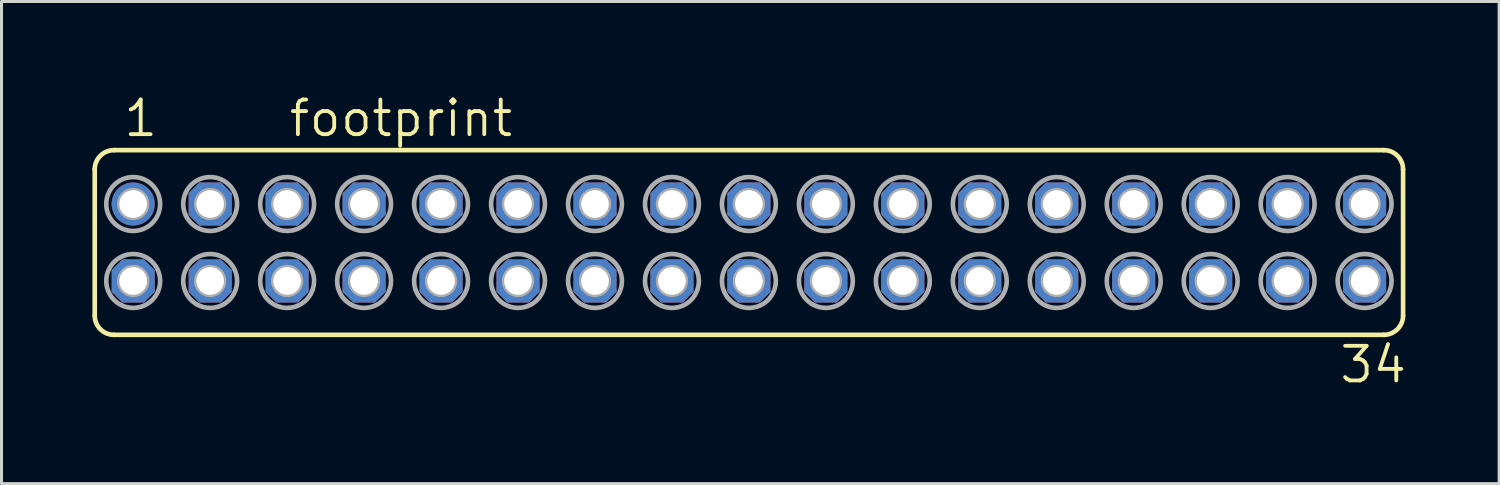
<source format=kicad_pcb>
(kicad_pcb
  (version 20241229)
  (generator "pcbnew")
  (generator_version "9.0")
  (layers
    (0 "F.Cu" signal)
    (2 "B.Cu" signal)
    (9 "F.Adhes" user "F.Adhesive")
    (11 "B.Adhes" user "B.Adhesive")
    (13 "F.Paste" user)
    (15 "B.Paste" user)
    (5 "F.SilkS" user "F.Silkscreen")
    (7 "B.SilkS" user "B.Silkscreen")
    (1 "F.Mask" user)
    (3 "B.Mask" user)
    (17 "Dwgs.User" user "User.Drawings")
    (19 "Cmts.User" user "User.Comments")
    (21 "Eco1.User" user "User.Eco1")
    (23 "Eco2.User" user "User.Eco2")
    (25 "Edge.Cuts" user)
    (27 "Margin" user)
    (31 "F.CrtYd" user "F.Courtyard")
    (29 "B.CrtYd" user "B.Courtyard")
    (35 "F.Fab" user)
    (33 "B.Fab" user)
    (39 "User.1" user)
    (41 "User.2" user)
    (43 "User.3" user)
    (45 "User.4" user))
  (footprint "footprint"
    (layer "F.Cu")
    (at 21.666 4.953)
    (property "Reference" "footprint" (at -15.24 -3.429 0) (layer "F.SilkS") (effects (font (size 1.143 1.143) (thickness 0.127)) (justify left bottom)))
    (fp_line (start -21.59 2.413) (end -21.59 -2.413) (stroke (width 0.152) (type solid)) (layer "F.SilkS"))
    (fp_line (start -20.955 -3.048) (end 20.955 -3.048) (stroke (width 0.152) (type solid)) (layer "F.SilkS"))
    (fp_line (start -20.955 3.048) (end 20.955 3.048) (stroke (width 0.152) (type solid)) (layer "F.SilkS"))
    (fp_line (start 21.59 2.413) (end 21.59 -2.413) (stroke (width 0.152) (type solid)) (layer "F.SilkS"))
    (fp_arc (start -21.59 -2.413) (mid -21.404013 -2.862013) (end -20.955 -3.048) (stroke (width 0.1524) (type solid)) (layer "F.SilkS"))
    (fp_arc (start -20.955 3.048) (mid -21.404013 2.862013) (end -21.59 2.413) (stroke (width 0.1524) (type solid)) (layer "F.SilkS"))
    (fp_arc (start 20.955 -3.048) (mid 21.404013 -2.862013) (end 21.59 -2.413) (stroke (width 0.1524) (type solid)) (layer "F.SilkS"))
    (fp_arc (start 21.59 2.413) (mid 21.404013 2.862013) (end 20.955 3.048) (stroke (width 0.1524) (type solid)) (layer "F.SilkS"))
    (fp_circle (center -20.32 -1.27) (end -20.193 -1.27) (stroke (width 0.406) (type solid)) (fill no) (layer "F.Fab"))
    (fp_circle (center -20.32 -1.27) (end -19.431 -1.27) (stroke (width 0.152) (type solid)) (fill no) (layer "F.Fab"))
    (fp_circle (center -20.32 1.27) (end -20.193 1.27) (stroke (width 0.406) (type solid)) (fill no) (layer "F.Fab"))
    (fp_circle (center -20.32 1.27) (end -19.431 1.27) (stroke (width 0.152) (type solid)) (fill no) (layer "F.Fab"))
    (fp_circle (center -17.78 -1.27) (end -17.653 -1.27) (stroke (width 0.406) (type solid)) (fill no) (layer "F.Fab"))
    (fp_circle (center -17.78 -1.27) (end -16.891 -1.27) (stroke (width 0.152) (type solid)) (fill no) (layer "F.Fab"))
    (fp_circle (center -17.78 1.27) (end -17.653 1.27) (stroke (width 0.406) (type solid)) (fill no) (layer "F.Fab"))
    (fp_circle (center -17.78 1.27) (end -16.891 1.27) (stroke (width 0.152) (type solid)) (fill no) (layer "F.Fab"))
    (fp_circle (center -15.24 -1.27) (end -15.113 -1.27) (stroke (width 0.406) (type solid)) (fill no) (layer "F.Fab"))
    (fp_circle (center -15.24 -1.27) (end -14.351 -1.27) (stroke (width 0.152) (type solid)) (fill no) (layer "F.Fab"))
    (fp_circle (center -15.24 1.27) (end -15.113 1.27) (stroke (width 0.406) (type solid)) (fill no) (layer "F.Fab"))
    (fp_circle (center -15.24 1.27) (end -14.351 1.27) (stroke (width 0.152) (type solid)) (fill no) (layer "F.Fab"))
    (fp_circle (center -12.7 -1.27) (end -12.573 -1.27) (stroke (width 0.406) (type solid)) (fill no) (layer "F.Fab"))
    (fp_circle (center -12.7 -1.27) (end -11.811 -1.27) (stroke (width 0.152) (type solid)) (fill no) (layer "F.Fab"))
    (fp_circle (center -12.7 1.27) (end -12.573 1.27) (stroke (width 0.406) (type solid)) (fill no) (layer "F.Fab"))
    (fp_circle (center -12.7 1.27) (end -11.811 1.27) (stroke (width 0.152) (type solid)) (fill no) (layer "F.Fab"))
    (fp_circle (center -10.16 -1.27) (end -10.033 -1.27) (stroke (width 0.406) (type solid)) (fill no) (layer "F.Fab"))
    (fp_circle (center -10.16 -1.27) (end -9.271 -1.27) (stroke (width 0.152) (type solid)) (fill no) (layer "F.Fab"))
    (fp_circle (center -10.16 1.27) (end -10.033 1.27) (stroke (width 0.406) (type solid)) (fill no) (layer "F.Fab"))
    (fp_circle (center -10.16 1.27) (end -9.271 1.27) (stroke (width 0.152) (type solid)) (fill no) (layer "F.Fab"))
    (fp_circle (center -7.62 -1.27) (end -7.493 -1.27) (stroke (width 0.406) (type solid)) (fill no) (layer "F.Fab"))
    (fp_circle (center -7.62 -1.27) (end -6.731 -1.27) (stroke (width 0.152) (type solid)) (fill no) (layer "F.Fab"))
    (fp_circle (center -7.62 1.27) (end -7.493 1.27) (stroke (width 0.406) (type solid)) (fill no) (layer "F.Fab"))
    (fp_circle (center -7.62 1.27) (end -6.731 1.27) (stroke (width 0.152) (type solid)) (fill no) (layer "F.Fab"))
    (fp_circle (center -5.08 -1.27) (end -4.953 -1.27) (stroke (width 0.406) (type solid)) (fill no) (layer "F.Fab"))
    (fp_circle (center -5.08 -1.27) (end -4.191 -1.27) (stroke (width 0.152) (type solid)) (fill no) (layer "F.Fab"))
    (fp_circle (center -5.08 1.27) (end -4.953 1.27) (stroke (width 0.406) (type solid)) (fill no) (layer "F.Fab"))
    (fp_circle (center -5.08 1.27) (end -4.191 1.27) (stroke (width 0.152) (type solid)) (fill no) (layer "F.Fab"))
    (fp_circle (center -2.54 -1.27) (end -2.413 -1.27) (stroke (width 0.406) (type solid)) (fill no) (layer "F.Fab"))
    (fp_circle (center -2.54 -1.27) (end -1.651 -1.27) (stroke (width 0.152) (type solid)) (fill no) (layer "F.Fab"))
    (fp_circle (center -2.54 1.27) (end -2.413 1.27) (stroke (width 0.406) (type solid)) (fill no) (layer "F.Fab"))
    (fp_circle (center -2.54 1.27) (end -1.651 1.27) (stroke (width 0.152) (type solid)) (fill no) (layer "F.Fab"))
    (fp_circle (center 0 -1.27) (end 0.127 -1.27) (stroke (width 0.406) (type solid)) (fill no) (layer "F.Fab"))
    (fp_circle (center 0 -1.27) (end 0.889 -1.27) (stroke (width 0.152) (type solid)) (fill no) (layer "F.Fab"))
    (fp_circle (center 0 1.27) (end 0.127 1.27) (stroke (width 0.406) (type solid)) (fill no) (layer "F.Fab"))
    (fp_circle (center 0 1.27) (end 0.889 1.27) (stroke (width 0.152) (type solid)) (fill no) (layer "F.Fab"))
    (fp_circle (center 2.54 -1.27) (end 2.667 -1.27) (stroke (width 0.406) (type solid)) (fill no) (layer "F.Fab"))
    (fp_circle (center 2.54 -1.27) (end 3.429 -1.27) (stroke (width 0.152) (type solid)) (fill no) (layer "F.Fab"))
    (fp_circle (center 2.54 1.27) (end 2.667 1.27) (stroke (width 0.406) (type solid)) (fill no) (layer "F.Fab"))
    (fp_circle (center 2.54 1.27) (end 3.429 1.27) (stroke (width 0.152) (type solid)) (fill no) (layer "F.Fab"))
    (fp_circle (center 5.08 -1.27) (end 5.207 -1.27) (stroke (width 0.406) (type solid)) (fill no) (layer "F.Fab"))
    (fp_circle (center 5.08 -1.27) (end 5.969 -1.27) (stroke (width 0.152) (type solid)) (fill no) (layer "F.Fab"))
    (fp_circle (center 5.08 1.27) (end 5.207 1.27) (stroke (width 0.406) (type solid)) (fill no) (layer "F.Fab"))
    (fp_circle (center 5.08 1.27) (end 5.969 1.27) (stroke (width 0.152) (type solid)) (fill no) (layer "F.Fab"))
    (fp_circle (center 7.62 -1.27) (end 7.747 -1.27) (stroke (width 0.406) (type solid)) (fill no) (layer "F.Fab"))
    (fp_circle (center 7.62 -1.27) (end 8.509 -1.27) (stroke (width 0.152) (type solid)) (fill no) (layer "F.Fab"))
    (fp_circle (center 7.62 1.27) (end 7.747 1.27) (stroke (width 0.406) (type solid)) (fill no) (layer "F.Fab"))
    (fp_circle (center 7.62 1.27) (end 8.509 1.27) (stroke (width 0.152) (type solid)) (fill no) (layer "F.Fab"))
    (fp_circle (center 10.16 -1.27) (end 10.287 -1.27) (stroke (width 0.406) (type solid)) (fill no) (layer "F.Fab"))
    (fp_circle (center 10.16 -1.27) (end 11.049 -1.27) (stroke (width 0.152) (type solid)) (fill no) (layer "F.Fab"))
    (fp_circle (center 10.16 1.27) (end 10.287 1.27) (stroke (width 0.406) (type solid)) (fill no) (layer "F.Fab"))
    (fp_circle (center 10.16 1.27) (end 11.049 1.27) (stroke (width 0.152) (type solid)) (fill no) (layer "F.Fab"))
    (fp_circle (center 12.7 -1.27) (end 12.827 -1.27) (stroke (width 0.406) (type solid)) (fill no) (layer "F.Fab"))
    (fp_circle (center 12.7 -1.27) (end 13.589 -1.27) (stroke (width 0.152) (type solid)) (fill no) (layer "F.Fab"))
    (fp_circle (center 12.7 1.27) (end 12.827 1.27) (stroke (width 0.406) (type solid)) (fill no) (layer "F.Fab"))
    (fp_circle (center 12.7 1.27) (end 13.589 1.27) (stroke (width 0.152) (type solid)) (fill no) (layer "F.Fab"))
    (fp_circle (center 15.24 -1.27) (end 15.367 -1.27) (stroke (width 0.406) (type solid)) (fill no) (layer "F.Fab"))
    (fp_circle (center 15.24 -1.27) (end 16.129 -1.27) (stroke (width 0.152) (type solid)) (fill no) (layer "F.Fab"))
    (fp_circle (center 15.24 1.27) (end 15.367 1.27) (stroke (width 0.406) (type solid)) (fill no) (layer "F.Fab"))
    (fp_circle (center 15.24 1.27) (end 16.129 1.27) (stroke (width 0.152) (type solid)) (fill no) (layer "F.Fab"))
    (fp_circle (center 17.78 -1.27) (end 17.907 -1.27) (stroke (width 0.406) (type solid)) (fill no) (layer "F.Fab"))
    (fp_circle (center 17.78 -1.27) (end 18.669 -1.27) (stroke (width 0.152) (type solid)) (fill no) (layer "F.Fab"))
    (fp_circle (center 17.78 1.27) (end 17.907 1.27) (stroke (width 0.406) (type solid)) (fill no) (layer "F.Fab"))
    (fp_circle (center 17.78 1.27) (end 18.669 1.27) (stroke (width 0.152) (type solid)) (fill no) (layer "F.Fab"))
    (fp_circle (center 20.32 -1.27) (end 20.447 -1.27) (stroke (width 0.406) (type solid)) (fill no) (layer "F.Fab"))
    (fp_circle (center 20.32 -1.27) (end 21.209 -1.27) (stroke (width 0.152) (type solid)) (fill no) (layer "F.Fab"))
    (fp_circle (center 20.32 1.27) (end 20.447 1.27) (stroke (width 0.406) (type solid)) (fill no) (layer "F.Fab"))
    (fp_circle (center 20.32 1.27) (end 21.209 1.27) (stroke (width 0.152) (type solid)) (fill no) (layer "F.Fab"))
    (fp_text user "1" (at -20.701 -3.429 0) (layer "F.SilkS") (effects (font (size 1.143 1.143) (thickness 0.127)) (justify left bottom)))
    (fp_text user "34" (at 19.431 4.699 0) (layer "F.SilkS") (effects (font (size 1.143 1.143) (thickness 0.127)) (justify left bottom)))
    (pad "1" thru_hole circle (at -20.32 -1.27) (size 1.422 1.422) (drill 0.914) (layers "*.Cu" "*.Mask"))
    (pad "2" thru_hole roundrect (at -20.32 1.27) (size 1.422 1.422) (drill 0.914) (layers "*.Cu" "*.Mask") (roundrect_rratio 0.25) (chamfer_ratio 0.25) (chamfer top_left top_right bottom_left bottom_right))
    (pad "3" thru_hole roundrect (at -17.78 -1.27) (size 1.422 1.422) (drill 0.914) (layers "*.Cu" "*.Mask") (roundrect_rratio 0.25) (chamfer_ratio 0.25) (chamfer top_left top_right bottom_left bottom_right))
    (pad "4" thru_hole roundrect (at -17.78 1.27) (size 1.422 1.422) (drill 0.914) (layers "*.Cu" "*.Mask") (roundrect_rratio 0.25) (chamfer_ratio 0.25) (chamfer top_left top_right bottom_left bottom_right))
    (pad "5" thru_hole roundrect (at -15.24 -1.27) (size 1.422 1.422) (drill 0.914) (layers "*.Cu" "*.Mask") (roundrect_rratio 0.25) (chamfer_ratio 0.25) (chamfer top_left top_right bottom_left bottom_right))
    (pad "6" thru_hole roundrect (at -15.24 1.27) (size 1.422 1.422) (drill 0.914) (layers "*.Cu" "*.Mask") (roundrect_rratio 0.25) (chamfer_ratio 0.25) (chamfer top_left top_right bottom_left bottom_right))
    (pad "7" thru_hole roundrect (at -12.7 -1.27) (size 1.422 1.422) (drill 0.914) (layers "*.Cu" "*.Mask") (roundrect_rratio 0.25) (chamfer_ratio 0.25) (chamfer top_left top_right bottom_left bottom_right))
    (pad "8" thru_hole roundrect (at -12.7 1.27) (size 1.422 1.422) (drill 0.914) (layers "*.Cu" "*.Mask") (roundrect_rratio 0.25) (chamfer_ratio 0.25) (chamfer top_left top_right bottom_left bottom_right))
    (pad "9" thru_hole roundrect (at -10.16 -1.27) (size 1.422 1.422) (drill 0.914) (layers "*.Cu" "*.Mask") (roundrect_rratio 0.25) (chamfer_ratio 0.25) (chamfer top_left top_right bottom_left bottom_right))
    (pad "10" thru_hole roundrect (at -10.16 1.27) (size 1.422 1.422) (drill 0.914) (layers "*.Cu" "*.Mask") (roundrect_rratio 0.25) (chamfer_ratio 0.25) (chamfer top_left top_right bottom_left bottom_right))
    (pad "11" thru_hole roundrect (at -7.62 -1.27) (size 1.422 1.422) (drill 0.914) (layers "*.Cu" "*.Mask") (roundrect_rratio 0.25) (chamfer_ratio 0.25) (chamfer top_left top_right bottom_left bottom_right))
    (pad "12" thru_hole roundrect (at -7.62 1.27) (size 1.422 1.422) (drill 0.914) (layers "*.Cu" "*.Mask") (roundrect_rratio 0.25) (chamfer_ratio 0.25) (chamfer top_left top_right bottom_left bottom_right))
    (pad "13" thru_hole roundrect (at -5.08 -1.27) (size 1.422 1.422) (drill 0.914) (layers "*.Cu" "*.Mask") (roundrect_rratio 0.25) (chamfer_ratio 0.25) (chamfer top_left top_right bottom_left bottom_right))
    (pad "14" thru_hole roundrect (at -5.08 1.27) (size 1.422 1.422) (drill 0.914) (layers "*.Cu" "*.Mask") (roundrect_rratio 0.25) (chamfer_ratio 0.25) (chamfer top_left top_right bottom_left bottom_right))
    (pad "15" thru_hole roundrect (at -2.54 -1.27) (size 1.422 1.422) (drill 0.914) (layers "*.Cu" "*.Mask") (roundrect_rratio 0.25) (chamfer_ratio 0.25) (chamfer top_left top_right bottom_left bottom_right))
    (pad "16" thru_hole roundrect (at -2.54 1.27) (size 1.422 1.422) (drill 0.914) (layers "*.Cu" "*.Mask") (roundrect_rratio 0.25) (chamfer_ratio 0.25) (chamfer top_left top_right bottom_left bottom_right))
    (pad "17" thru_hole roundrect (at 0 -1.27) (size 1.422 1.422) (drill 0.914) (layers "*.Cu" "*.Mask") (roundrect_rratio 0.25) (chamfer_ratio 0.25) (chamfer top_left top_right bottom_left bottom_right))
    (pad "18" thru_hole roundrect (at 0 1.27) (size 1.422 1.422) (drill 0.914) (layers "*.Cu" "*.Mask") (roundrect_rratio 0.25) (chamfer_ratio 0.25) (chamfer top_left top_right bottom_left bottom_right))
    (pad "19" thru_hole roundrect (at 2.54 -1.27) (size 1.422 1.422) (drill 0.914) (layers "*.Cu" "*.Mask") (roundrect_rratio 0.25) (chamfer_ratio 0.25) (chamfer top_left top_right bottom_left bottom_right))
    (pad "20" thru_hole roundrect (at 2.54 1.27) (size 1.422 1.422) (drill 0.914) (layers "*.Cu" "*.Mask") (roundrect_rratio 0.25) (chamfer_ratio 0.25) (chamfer top_left top_right bottom_left bottom_right))
    (pad "21" thru_hole roundrect (at 5.08 -1.27) (size 1.422 1.422) (drill 0.914) (layers "*.Cu" "*.Mask") (roundrect_rratio 0.25) (chamfer_ratio 0.25) (chamfer top_left top_right bottom_left bottom_right))
    (pad "22" thru_hole roundrect (at 5.08 1.27) (size 1.422 1.422) (drill 0.914) (layers "*.Cu" "*.Mask") (roundrect_rratio 0.25) (chamfer_ratio 0.25) (chamfer top_left top_right bottom_left bottom_right))
    (pad "23" thru_hole roundrect (at 7.62 -1.27) (size 1.422 1.422) (drill 0.914) (layers "*.Cu" "*.Mask") (roundrect_rratio 0.25) (chamfer_ratio 0.25) (chamfer top_left top_right bottom_left bottom_right))
    (pad "24" thru_hole roundrect (at 7.62 1.27) (size 1.422 1.422) (drill 0.914) (layers "*.Cu" "*.Mask") (roundrect_rratio 0.25) (chamfer_ratio 0.25) (chamfer top_left top_right bottom_left bottom_right))
    (pad "25" thru_hole roundrect (at 10.16 -1.27) (size 1.422 1.422) (drill 0.914) (layers "*.Cu" "*.Mask") (roundrect_rratio 0.25) (chamfer_ratio 0.25) (chamfer top_left top_right bottom_left bottom_right))
    (pad "26" thru_hole roundrect (at 10.16 1.27) (size 1.422 1.422) (drill 0.914) (layers "*.Cu" "*.Mask") (roundrect_rratio 0.25) (chamfer_ratio 0.25) (chamfer top_left top_right bottom_left bottom_right))
    (pad "27" thru_hole roundrect (at 12.7 -1.27) (size 1.422 1.422) (drill 0.914) (layers "*.Cu" "*.Mask") (roundrect_rratio 0.25) (chamfer_ratio 0.25) (chamfer top_left top_right bottom_left bottom_right))
    (pad "28" thru_hole roundrect (at 12.7 1.27) (size 1.422 1.422) (drill 0.914) (layers "*.Cu" "*.Mask") (roundrect_rratio 0.25) (chamfer_ratio 0.25) (chamfer top_left top_right bottom_left bottom_right))
    (pad "29" thru_hole roundrect (at 15.24 -1.27) (size 1.422 1.422) (drill 0.914) (layers "*.Cu" "*.Mask") (roundrect_rratio 0.25) (chamfer_ratio 0.25) (chamfer top_left top_right bottom_left bottom_right))
    (pad "30" thru_hole roundrect (at 15.24 1.27) (size 1.422 1.422) (drill 0.914) (layers "*.Cu" "*.Mask") (roundrect_rratio 0.25) (chamfer_ratio 0.25) (chamfer top_left top_right bottom_left bottom_right))
    (pad "31" thru_hole roundrect (at 17.78 -1.27) (size 1.422 1.422) (drill 0.914) (layers "*.Cu" "*.Mask") (roundrect_rratio 0.25) (chamfer_ratio 0.25) (chamfer top_left top_right bottom_left bottom_right))
    (pad "32" thru_hole roundrect (at 17.78 1.27) (size 1.422 1.422) (drill 0.914) (layers "*.Cu" "*.Mask") (roundrect_rratio 0.25) (chamfer_ratio 0.25) (chamfer top_left top_right bottom_left bottom_right))
    (pad "33" thru_hole roundrect (at 20.32 -1.27) (size 1.422 1.422) (drill 0.914) (layers "*.Cu" "*.Mask") (roundrect_rratio 0.25) (chamfer_ratio 0.25) (chamfer top_left top_right bottom_left bottom_right))
    (pad "34" thru_hole roundrect (at 20.32 1.27) (size 1.422 1.422) (drill 0.914) (layers "*.Cu" "*.Mask") (roundrect_rratio 0.25) (chamfer_ratio 0.25) (chamfer top_left top_right bottom_left bottom_right)))
  (gr_rect
    (start -3 -3)
    (end 46.427 12.911)
    (stroke (width 0.1) (type default))
    (fill no)
    (layer "Edge.Cuts")))
</source>
